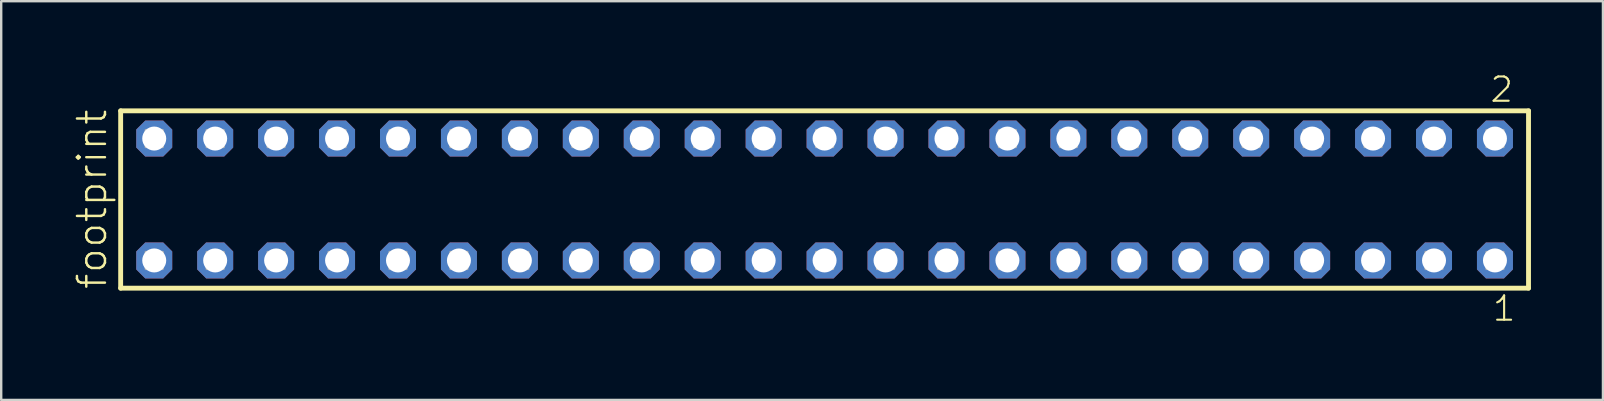
<source format=kicad_pcb>
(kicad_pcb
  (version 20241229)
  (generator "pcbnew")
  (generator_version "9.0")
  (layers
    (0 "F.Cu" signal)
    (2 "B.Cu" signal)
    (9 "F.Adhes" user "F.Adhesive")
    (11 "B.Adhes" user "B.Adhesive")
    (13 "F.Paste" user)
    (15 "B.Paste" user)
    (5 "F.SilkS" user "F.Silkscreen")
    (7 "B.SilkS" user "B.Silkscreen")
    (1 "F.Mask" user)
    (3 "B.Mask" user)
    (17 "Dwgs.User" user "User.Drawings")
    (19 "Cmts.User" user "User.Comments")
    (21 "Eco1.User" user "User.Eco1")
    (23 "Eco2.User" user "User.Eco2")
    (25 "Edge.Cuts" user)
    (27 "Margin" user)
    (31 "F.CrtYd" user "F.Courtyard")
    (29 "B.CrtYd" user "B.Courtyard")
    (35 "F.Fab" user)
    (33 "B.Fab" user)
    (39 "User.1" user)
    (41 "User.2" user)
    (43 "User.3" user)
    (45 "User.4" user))
  (footprint "footprint"
    (layer "F.Cu")
    (at 31.318 5.265)
    (property "Reference" "footprint" (at -29.845 3.81 90) (layer "F.SilkS") (effects (font (size 1.168 1.168) (thickness 0.102)) (justify left bottom)))
    (fp_line (start -29.339 -3.695) (end 29.339 -3.695) (stroke (width 0.203) (type solid)) (layer "F.SilkS"))
    (fp_line (start -29.339 3.695) (end -29.339 -3.695) (stroke (width 0.203) (type solid)) (layer "F.SilkS"))
    (fp_line (start 29.339 -3.695) (end 29.339 3.695) (stroke (width 0.203) (type solid)) (layer "F.SilkS"))
    (fp_line (start 29.339 3.695) (end -29.339 3.695) (stroke (width 0.203) (type solid)) (layer "F.SilkS"))
    (fp_poly (pts (xy -28.29 -2.19) (xy -27.59 -2.19) (xy -27.59 -2.89) (xy -28.29 -2.89)) (stroke (width 0.1) (type solid)) (fill no) (layer "F.Fab"))
    (fp_poly (pts (xy -28.29 2.89) (xy -27.59 2.89) (xy -27.59 2.19) (xy -28.29 2.19)) (stroke (width 0.1) (type solid)) (fill no) (layer "F.Fab"))
    (fp_poly (pts (xy -25.75 -2.19) (xy -25.05 -2.19) (xy -25.05 -2.89) (xy -25.75 -2.89)) (stroke (width 0.1) (type solid)) (fill no) (layer "F.Fab"))
    (fp_poly (pts (xy -25.75 2.89) (xy -25.05 2.89) (xy -25.05 2.19) (xy -25.75 2.19)) (stroke (width 0.1) (type solid)) (fill no) (layer "F.Fab"))
    (fp_poly (pts (xy -23.21 -2.19) (xy -22.51 -2.19) (xy -22.51 -2.89) (xy -23.21 -2.89)) (stroke (width 0.1) (type solid)) (fill no) (layer "F.Fab"))
    (fp_poly (pts (xy -23.21 2.89) (xy -22.51 2.89) (xy -22.51 2.19) (xy -23.21 2.19)) (stroke (width 0.1) (type solid)) (fill no) (layer "F.Fab"))
    (fp_poly (pts (xy -20.67 -2.19) (xy -19.97 -2.19) (xy -19.97 -2.89) (xy -20.67 -2.89)) (stroke (width 0.1) (type solid)) (fill no) (layer "F.Fab"))
    (fp_poly (pts (xy -20.67 2.89) (xy -19.97 2.89) (xy -19.97 2.19) (xy -20.67 2.19)) (stroke (width 0.1) (type solid)) (fill no) (layer "F.Fab"))
    (fp_poly (pts (xy -18.13 -2.19) (xy -17.43 -2.19) (xy -17.43 -2.89) (xy -18.13 -2.89)) (stroke (width 0.1) (type solid)) (fill no) (layer "F.Fab"))
    (fp_poly (pts (xy -18.13 2.89) (xy -17.43 2.89) (xy -17.43 2.19) (xy -18.13 2.19)) (stroke (width 0.1) (type solid)) (fill no) (layer "F.Fab"))
    (fp_poly (pts (xy -15.59 -2.19) (xy -14.89 -2.19) (xy -14.89 -2.89) (xy -15.59 -2.89)) (stroke (width 0.1) (type solid)) (fill no) (layer "F.Fab"))
    (fp_poly (pts (xy -15.59 2.89) (xy -14.89 2.89) (xy -14.89 2.19) (xy -15.59 2.19)) (stroke (width 0.1) (type solid)) (fill no) (layer "F.Fab"))
    (fp_poly (pts (xy -13.05 -2.19) (xy -12.35 -2.19) (xy -12.35 -2.89) (xy -13.05 -2.89)) (stroke (width 0.1) (type solid)) (fill no) (layer "F.Fab"))
    (fp_poly (pts (xy -13.05 2.89) (xy -12.35 2.89) (xy -12.35 2.19) (xy -13.05 2.19)) (stroke (width 0.1) (type solid)) (fill no) (layer "F.Fab"))
    (fp_poly (pts (xy -10.51 -2.19) (xy -9.81 -2.19) (xy -9.81 -2.89) (xy -10.51 -2.89)) (stroke (width 0.1) (type solid)) (fill no) (layer "F.Fab"))
    (fp_poly (pts (xy -10.51 2.89) (xy -9.81 2.89) (xy -9.81 2.19) (xy -10.51 2.19)) (stroke (width 0.1) (type solid)) (fill no) (layer "F.Fab"))
    (fp_poly (pts (xy -7.97 -2.19) (xy -7.27 -2.19) (xy -7.27 -2.89) (xy -7.97 -2.89)) (stroke (width 0.1) (type solid)) (fill no) (layer "F.Fab"))
    (fp_poly (pts (xy -7.97 2.89) (xy -7.27 2.89) (xy -7.27 2.19) (xy -7.97 2.19)) (stroke (width 0.1) (type solid)) (fill no) (layer "F.Fab"))
    (fp_poly (pts (xy -5.43 -2.19) (xy -4.73 -2.19) (xy -4.73 -2.89) (xy -5.43 -2.89)) (stroke (width 0.1) (type solid)) (fill no) (layer "F.Fab"))
    (fp_poly (pts (xy -5.43 2.89) (xy -4.73 2.89) (xy -4.73 2.19) (xy -5.43 2.19)) (stroke (width 0.1) (type solid)) (fill no) (layer "F.Fab"))
    (fp_poly (pts (xy -2.89 -2.19) (xy -2.19 -2.19) (xy -2.19 -2.89) (xy -2.89 -2.89)) (stroke (width 0.1) (type solid)) (fill no) (layer "F.Fab"))
    (fp_poly (pts (xy -2.89 2.89) (xy -2.19 2.89) (xy -2.19 2.19) (xy -2.89 2.19)) (stroke (width 0.1) (type solid)) (fill no) (layer "F.Fab"))
    (fp_poly (pts (xy -0.35 -2.19) (xy 0.35 -2.19) (xy 0.35 -2.89) (xy -0.35 -2.89)) (stroke (width 0.1) (type solid)) (fill no) (layer "F.Fab"))
    (fp_poly (pts (xy -0.35 2.89) (xy 0.35 2.89) (xy 0.35 2.19) (xy -0.35 2.19)) (stroke (width 0.1) (type solid)) (fill no) (layer "F.Fab"))
    (fp_poly (pts (xy 2.19 -2.19) (xy 2.89 -2.19) (xy 2.89 -2.89) (xy 2.19 -2.89)) (stroke (width 0.1) (type solid)) (fill no) (layer "F.Fab"))
    (fp_poly (pts (xy 2.19 2.89) (xy 2.89 2.89) (xy 2.89 2.19) (xy 2.19 2.19)) (stroke (width 0.1) (type solid)) (fill no) (layer "F.Fab"))
    (fp_poly (pts (xy 4.73 -2.19) (xy 5.43 -2.19) (xy 5.43 -2.89) (xy 4.73 -2.89)) (stroke (width 0.1) (type solid)) (fill no) (layer "F.Fab"))
    (fp_poly (pts (xy 4.73 2.89) (xy 5.43 2.89) (xy 5.43 2.19) (xy 4.73 2.19)) (stroke (width 0.1) (type solid)) (fill no) (layer "F.Fab"))
    (fp_poly (pts (xy 7.27 -2.19) (xy 7.97 -2.19) (xy 7.97 -2.89) (xy 7.27 -2.89)) (stroke (width 0.1) (type solid)) (fill no) (layer "F.Fab"))
    (fp_poly (pts (xy 7.27 2.89) (xy 7.97 2.89) (xy 7.97 2.19) (xy 7.27 2.19)) (stroke (width 0.1) (type solid)) (fill no) (layer "F.Fab"))
    (fp_poly (pts (xy 9.81 -2.19) (xy 10.51 -2.19) (xy 10.51 -2.89) (xy 9.81 -2.89)) (stroke (width 0.1) (type solid)) (fill no) (layer "F.Fab"))
    (fp_poly (pts (xy 9.81 2.89) (xy 10.51 2.89) (xy 10.51 2.19) (xy 9.81 2.19)) (stroke (width 0.1) (type solid)) (fill no) (layer "F.Fab"))
    (fp_poly (pts (xy 12.35 -2.19) (xy 13.05 -2.19) (xy 13.05 -2.89) (xy 12.35 -2.89)) (stroke (width 0.1) (type solid)) (fill no) (layer "F.Fab"))
    (fp_poly (pts (xy 12.35 2.89) (xy 13.05 2.89) (xy 13.05 2.19) (xy 12.35 2.19)) (stroke (width 0.1) (type solid)) (fill no) (layer "F.Fab"))
    (fp_poly (pts (xy 14.89 -2.19) (xy 15.59 -2.19) (xy 15.59 -2.89) (xy 14.89 -2.89)) (stroke (width 0.1) (type solid)) (fill no) (layer "F.Fab"))
    (fp_poly (pts (xy 14.89 2.89) (xy 15.59 2.89) (xy 15.59 2.19) (xy 14.89 2.19)) (stroke (width 0.1) (type solid)) (fill no) (layer "F.Fab"))
    (fp_poly (pts (xy 17.43 -2.19) (xy 18.13 -2.19) (xy 18.13 -2.89) (xy 17.43 -2.89)) (stroke (width 0.1) (type solid)) (fill no) (layer "F.Fab"))
    (fp_poly (pts (xy 17.43 2.89) (xy 18.13 2.89) (xy 18.13 2.19) (xy 17.43 2.19)) (stroke (width 0.1) (type solid)) (fill no) (layer "F.Fab"))
    (fp_poly (pts (xy 19.97 -2.19) (xy 20.67 -2.19) (xy 20.67 -2.89) (xy 19.97 -2.89)) (stroke (width 0.1) (type solid)) (fill no) (layer "F.Fab"))
    (fp_poly (pts (xy 19.97 2.89) (xy 20.67 2.89) (xy 20.67 2.19) (xy 19.97 2.19)) (stroke (width 0.1) (type solid)) (fill no) (layer "F.Fab"))
    (fp_poly (pts (xy 22.51 -2.19) (xy 23.21 -2.19) (xy 23.21 -2.89) (xy 22.51 -2.89)) (stroke (width 0.1) (type solid)) (fill no) (layer "F.Fab"))
    (fp_poly (pts (xy 22.51 2.89) (xy 23.21 2.89) (xy 23.21 2.19) (xy 22.51 2.19)) (stroke (width 0.1) (type solid)) (fill no) (layer "F.Fab"))
    (fp_poly (pts (xy 25.05 -2.19) (xy 25.75 -2.19) (xy 25.75 -2.89) (xy 25.05 -2.89)) (stroke (width 0.1) (type solid)) (fill no) (layer "F.Fab"))
    (fp_poly (pts (xy 25.05 2.89) (xy 25.75 2.89) (xy 25.75 2.19) (xy 25.05 2.19)) (stroke (width 0.1) (type solid)) (fill no) (layer "F.Fab"))
    (fp_poly (pts (xy 27.59 -2.19) (xy 28.29 -2.19) (xy 28.29 -2.89) (xy 27.59 -2.89)) (stroke (width 0.1) (type solid)) (fill no) (layer "F.Fab"))
    (fp_poly (pts (xy 27.59 2.89) (xy 28.29 2.89) (xy 28.29 2.19) (xy 27.59 2.19)) (stroke (width 0.1) (type solid)) (fill no) (layer "F.Fab"))
    (fp_text user "1" (at 27.782 5.138 0) (layer "F.SilkS") (effects (font (size 1.012 1.012) (thickness 0.088)) (justify left bottom)))
    (fp_text user "2" (at 27.682 -3.989 0) (layer "F.SilkS") (effects (font (size 1.012 1.012) (thickness 0.088)) (justify left bottom)))
    (pad "1" thru_hole roundrect (at 27.94 2.54 180) (size 1.5 1.5) (drill 1) (layers "*.Cu" "*.Mask") (roundrect_rratio 0.25) (chamfer_ratio 0.25) (chamfer top_left top_right bottom_left bottom_right))
    (pad "2" thru_hole roundrect (at 27.94 -2.54 180) (size 1.5 1.5) (drill 1) (layers "*.Cu" "*.Mask") (roundrect_rratio 0.25) (chamfer_ratio 0.25) (chamfer top_left top_right bottom_left bottom_right))
    (pad "3" thru_hole roundrect (at 25.4 2.54 180) (size 1.5 1.5) (drill 1) (layers "*.Cu" "*.Mask") (roundrect_rratio 0.25) (chamfer_ratio 0.25) (chamfer top_left top_right bottom_left bottom_right))
    (pad "4" thru_hole roundrect (at 25.4 -2.54 180) (size 1.5 1.5) (drill 1) (layers "*.Cu" "*.Mask") (roundrect_rratio 0.25) (chamfer_ratio 0.25) (chamfer top_left top_right bottom_left bottom_right))
    (pad "5" thru_hole roundrect (at 22.86 2.54 180) (size 1.5 1.5) (drill 1) (layers "*.Cu" "*.Mask") (roundrect_rratio 0.25) (chamfer_ratio 0.25) (chamfer top_left top_right bottom_left bottom_right))
    (pad "6" thru_hole roundrect (at 22.86 -2.54 180) (size 1.5 1.5) (drill 1) (layers "*.Cu" "*.Mask") (roundrect_rratio 0.25) (chamfer_ratio 0.25) (chamfer top_left top_right bottom_left bottom_right))
    (pad "7" thru_hole roundrect (at 20.32 2.54 180) (size 1.5 1.5) (drill 1) (layers "*.Cu" "*.Mask") (roundrect_rratio 0.25) (chamfer_ratio 0.25) (chamfer top_left top_right bottom_left bottom_right))
    (pad "8" thru_hole roundrect (at 20.32 -2.54 180) (size 1.5 1.5) (drill 1) (layers "*.Cu" "*.Mask") (roundrect_rratio 0.25) (chamfer_ratio 0.25) (chamfer top_left top_right bottom_left bottom_right))
    (pad "9" thru_hole roundrect (at 17.78 2.54 180) (size 1.5 1.5) (drill 1) (layers "*.Cu" "*.Mask") (roundrect_rratio 0.25) (chamfer_ratio 0.25) (chamfer top_left top_right bottom_left bottom_right))
    (pad "10" thru_hole roundrect (at 17.78 -2.54 180) (size 1.5 1.5) (drill 1) (layers "*.Cu" "*.Mask") (roundrect_rratio 0.25) (chamfer_ratio 0.25) (chamfer top_left top_right bottom_left bottom_right))
    (pad "11" thru_hole roundrect (at 15.24 2.54 180) (size 1.5 1.5) (drill 1) (layers "*.Cu" "*.Mask") (roundrect_rratio 0.25) (chamfer_ratio 0.25) (chamfer top_left top_right bottom_left bottom_right))
    (pad "12" thru_hole roundrect (at 15.24 -2.54 180) (size 1.5 1.5) (drill 1) (layers "*.Cu" "*.Mask") (roundrect_rratio 0.25) (chamfer_ratio 0.25) (chamfer top_left top_right bottom_left bottom_right))
    (pad "13" thru_hole roundrect (at 12.7 2.54 180) (size 1.5 1.5) (drill 1) (layers "*.Cu" "*.Mask") (roundrect_rratio 0.25) (chamfer_ratio 0.25) (chamfer top_left top_right bottom_left bottom_right))
    (pad "14" thru_hole roundrect (at 12.7 -2.54 180) (size 1.5 1.5) (drill 1) (layers "*.Cu" "*.Mask") (roundrect_rratio 0.25) (chamfer_ratio 0.25) (chamfer top_left top_right bottom_left bottom_right))
    (pad "15" thru_hole roundrect (at 10.16 2.54 180) (size 1.5 1.5) (drill 1) (layers "*.Cu" "*.Mask") (roundrect_rratio 0.25) (chamfer_ratio 0.25) (chamfer top_left top_right bottom_left bottom_right))
    (pad "16" thru_hole roundrect (at 10.16 -2.54 180) (size 1.5 1.5) (drill 1) (layers "*.Cu" "*.Mask") (roundrect_rratio 0.25) (chamfer_ratio 0.25) (chamfer top_left top_right bottom_left bottom_right))
    (pad "17" thru_hole roundrect (at 7.62 2.54 180) (size 1.5 1.5) (drill 1) (layers "*.Cu" "*.Mask") (roundrect_rratio 0.25) (chamfer_ratio 0.25) (chamfer top_left top_right bottom_left bottom_right))
    (pad "18" thru_hole roundrect (at 7.62 -2.54 180) (size 1.5 1.5) (drill 1) (layers "*.Cu" "*.Mask") (roundrect_rratio 0.25) (chamfer_ratio 0.25) (chamfer top_left top_right bottom_left bottom_right))
    (pad "19" thru_hole roundrect (at 5.08 2.54 180) (size 1.5 1.5) (drill 1) (layers "*.Cu" "*.Mask") (roundrect_rratio 0.25) (chamfer_ratio 0.25) (chamfer top_left top_right bottom_left bottom_right))
    (pad "20" thru_hole roundrect (at 5.08 -2.54 180) (size 1.5 1.5) (drill 1) (layers "*.Cu" "*.Mask") (roundrect_rratio 0.25) (chamfer_ratio 0.25) (chamfer top_left top_right bottom_left bottom_right))
    (pad "21" thru_hole roundrect (at 2.54 2.54 180) (size 1.5 1.5) (drill 1) (layers "*.Cu" "*.Mask") (roundrect_rratio 0.25) (chamfer_ratio 0.25) (chamfer top_left top_right bottom_left bottom_right))
    (pad "22" thru_hole roundrect (at 2.54 -2.54 180) (size 1.5 1.5) (drill 1) (layers "*.Cu" "*.Mask") (roundrect_rratio 0.25) (chamfer_ratio 0.25) (chamfer top_left top_right bottom_left bottom_right))
    (pad "23" thru_hole roundrect (at 0 2.54 180) (size 1.5 1.5) (drill 1) (layers "*.Cu" "*.Mask") (roundrect_rratio 0.25) (chamfer_ratio 0.25) (chamfer top_left top_right bottom_left bottom_right))
    (pad "24" thru_hole roundrect (at 0 -2.54 180) (size 1.5 1.5) (drill 1) (layers "*.Cu" "*.Mask") (roundrect_rratio 0.25) (chamfer_ratio 0.25) (chamfer top_left top_right bottom_left bottom_right))
    (pad "25" thru_hole roundrect (at -2.54 2.54 180) (size 1.5 1.5) (drill 1) (layers "*.Cu" "*.Mask") (roundrect_rratio 0.25) (chamfer_ratio 0.25) (chamfer top_left top_right bottom_left bottom_right))
    (pad "26" thru_hole roundrect (at -2.54 -2.54 180) (size 1.5 1.5) (drill 1) (layers "*.Cu" "*.Mask") (roundrect_rratio 0.25) (chamfer_ratio 0.25) (chamfer top_left top_right bottom_left bottom_right))
    (pad "27" thru_hole roundrect (at -5.08 2.54 180) (size 1.5 1.5) (drill 1) (layers "*.Cu" "*.Mask") (roundrect_rratio 0.25) (chamfer_ratio 0.25) (chamfer top_left top_right bottom_left bottom_right))
    (pad "28" thru_hole roundrect (at -5.08 -2.54 180) (size 1.5 1.5) (drill 1) (layers "*.Cu" "*.Mask") (roundrect_rratio 0.25) (chamfer_ratio 0.25) (chamfer top_left top_right bottom_left bottom_right))
    (pad "29" thru_hole roundrect (at -7.62 2.54 180) (size 1.5 1.5) (drill 1) (layers "*.Cu" "*.Mask") (roundrect_rratio 0.25) (chamfer_ratio 0.25) (chamfer top_left top_right bottom_left bottom_right))
    (pad "30" thru_hole roundrect (at -7.62 -2.54 180) (size 1.5 1.5) (drill 1) (layers "*.Cu" "*.Mask") (roundrect_rratio 0.25) (chamfer_ratio 0.25) (chamfer top_left top_right bottom_left bottom_right))
    (pad "31" thru_hole roundrect (at -10.16 2.54 180) (size 1.5 1.5) (drill 1) (layers "*.Cu" "*.Mask") (roundrect_rratio 0.25) (chamfer_ratio 0.25) (chamfer top_left top_right bottom_left bottom_right))
    (pad "32" thru_hole roundrect (at -10.16 -2.54 180) (size 1.5 1.5) (drill 1) (layers "*.Cu" "*.Mask") (roundrect_rratio 0.25) (chamfer_ratio 0.25) (chamfer top_left top_right bottom_left bottom_right))
    (pad "33" thru_hole roundrect (at -12.7 2.54 180) (size 1.5 1.5) (drill 1) (layers "*.Cu" "*.Mask") (roundrect_rratio 0.25) (chamfer_ratio 0.25) (chamfer top_left top_right bottom_left bottom_right))
    (pad "34" thru_hole roundrect (at -12.7 -2.54 180) (size 1.5 1.5) (drill 1) (layers "*.Cu" "*.Mask") (roundrect_rratio 0.25) (chamfer_ratio 0.25) (chamfer top_left top_right bottom_left bottom_right))
    (pad "35" thru_hole roundrect (at -15.24 2.54 180) (size 1.5 1.5) (drill 1) (layers "*.Cu" "*.Mask") (roundrect_rratio 0.25) (chamfer_ratio 0.25) (chamfer top_left top_right bottom_left bottom_right))
    (pad "36" thru_hole roundrect (at -15.24 -2.54 180) (size 1.5 1.5) (drill 1) (layers "*.Cu" "*.Mask") (roundrect_rratio 0.25) (chamfer_ratio 0.25) (chamfer top_left top_right bottom_left bottom_right))
    (pad "37" thru_hole roundrect (at -17.78 2.54 180) (size 1.5 1.5) (drill 1) (layers "*.Cu" "*.Mask") (roundrect_rratio 0.25) (chamfer_ratio 0.25) (chamfer top_left top_right bottom_left bottom_right))
    (pad "38" thru_hole roundrect (at -17.78 -2.54 180) (size 1.5 1.5) (drill 1) (layers "*.Cu" "*.Mask") (roundrect_rratio 0.25) (chamfer_ratio 0.25) (chamfer top_left top_right bottom_left bottom_right))
    (pad "39" thru_hole roundrect (at -20.32 2.54 180) (size 1.5 1.5) (drill 1) (layers "*.Cu" "*.Mask") (roundrect_rratio 0.25) (chamfer_ratio 0.25) (chamfer top_left top_right bottom_left bottom_right))
    (pad "40" thru_hole roundrect (at -20.32 -2.54 180) (size 1.5 1.5) (drill 1) (layers "*.Cu" "*.Mask") (roundrect_rratio 0.25) (chamfer_ratio 0.25) (chamfer top_left top_right bottom_left bottom_right))
    (pad "41" thru_hole roundrect (at -22.86 2.54 180) (size 1.5 1.5) (drill 1) (layers "*.Cu" "*.Mask") (roundrect_rratio 0.25) (chamfer_ratio 0.25) (chamfer top_left top_right bottom_left bottom_right))
    (pad "42" thru_hole roundrect (at -22.86 -2.54 180) (size 1.5 1.5) (drill 1) (layers "*.Cu" "*.Mask") (roundrect_rratio 0.25) (chamfer_ratio 0.25) (chamfer top_left top_right bottom_left bottom_right))
    (pad "43" thru_hole roundrect (at -25.4 2.54 180) (size 1.5 1.5) (drill 1) (layers "*.Cu" "*.Mask") (roundrect_rratio 0.25) (chamfer_ratio 0.25) (chamfer top_left top_right bottom_left bottom_right))
    (pad "44" thru_hole roundrect (at -25.4 -2.54 180) (size 1.5 1.5) (drill 1) (layers "*.Cu" "*.Mask") (roundrect_rratio 0.25) (chamfer_ratio 0.25) (chamfer top_left top_right bottom_left bottom_right))
    (pad "45" thru_hole roundrect (at -27.94 2.54 180) (size 1.5 1.5) (drill 1) (layers "*.Cu" "*.Mask") (roundrect_rratio 0.25) (chamfer_ratio 0.25) (chamfer top_left top_right bottom_left bottom_right))
    (pad "46" thru_hole roundrect (at -27.94 -2.54 180) (size 1.5 1.5) (drill 1) (layers "*.Cu" "*.Mask") (roundrect_rratio 0.25) (chamfer_ratio 0.25) (chamfer top_left top_right bottom_left bottom_right)))
  (gr_rect
    (start -3 -3)
    (end 63.759 13.62)
    (stroke (width 0.1) (type default))
    (fill no)
    (layer "Edge.Cuts")))
</source>
